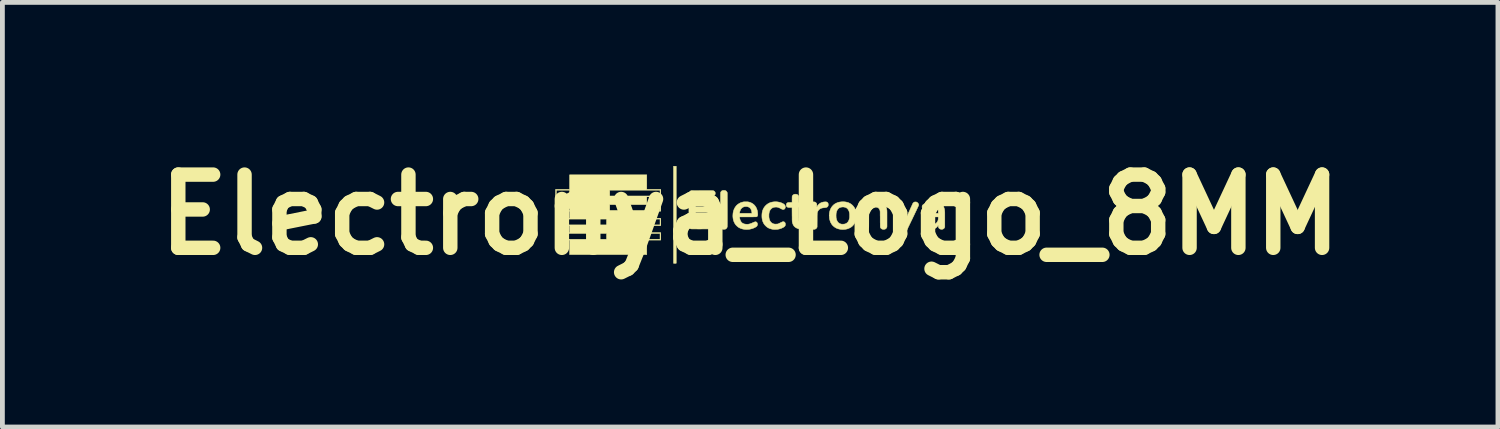
<source format=kicad_pcb>
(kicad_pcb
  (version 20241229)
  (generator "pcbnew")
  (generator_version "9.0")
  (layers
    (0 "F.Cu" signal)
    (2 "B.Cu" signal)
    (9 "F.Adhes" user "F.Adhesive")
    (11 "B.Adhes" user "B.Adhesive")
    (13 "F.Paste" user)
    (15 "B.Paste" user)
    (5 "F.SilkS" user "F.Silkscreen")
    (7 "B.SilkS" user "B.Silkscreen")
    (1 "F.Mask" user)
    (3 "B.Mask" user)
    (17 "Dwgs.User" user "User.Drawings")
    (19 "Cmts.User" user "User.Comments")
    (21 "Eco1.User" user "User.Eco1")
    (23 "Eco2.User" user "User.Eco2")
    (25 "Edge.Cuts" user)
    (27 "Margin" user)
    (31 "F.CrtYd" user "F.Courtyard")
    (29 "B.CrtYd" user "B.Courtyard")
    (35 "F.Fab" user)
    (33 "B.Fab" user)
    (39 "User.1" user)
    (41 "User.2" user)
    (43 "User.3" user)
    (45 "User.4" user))
  (footprint "Electronya_Logo_8MM"
    (layer "F.Cu")
    (at 12.562 1.418)
    (property "Reference" "Electronya_Logo_8MM" (at 0 0 0) (layer "F.SilkS") (effects (font (size 1.524 1.524) (thickness 0.3))))
    (attr through_hole)
    (fp_poly (pts (xy -1.539 1.011) (xy -1.595 1.011) (xy -1.595 -1.009) (xy -1.539 -1.009) (xy -1.539 1.011)) (stroke (width 0.01) (type solid)) (fill yes) (layer "F.SilkS"))
    (fp_poly (pts (xy -0.531 -0.505) (xy -0.516 -0.501) (xy -0.503 -0.495) (xy -0.493 -0.486) (xy -0.485 -0.474) (xy -0.48 -0.466) (xy -0.477 -0.456) (xy -0.476 -0.112) (xy -0.476 -0.065) (xy -0.476 -0.021) (xy -0.476 0.019) (xy -0.476 0.056) (xy -0.476 0.09) (xy -0.476 0.121) (xy -0.476 0.148) (xy -0.476 0.173) (xy -0.476 0.193) (xy -0.477 0.211) (xy -0.477 0.225) (xy -0.477 0.236) (xy -0.477 0.243) (xy -0.477 0.247) (xy -0.477 0.247) (xy -0.48 0.261) (xy -0.484 0.272) (xy -0.491 0.281) (xy -0.497 0.288) (xy -0.505 0.294) (xy -0.513 0.299) (xy -0.522 0.302) (xy -0.533 0.303) (xy -0.545 0.304) (xy -0.555 0.304) (xy -0.562 0.304) (xy -0.568 0.303) (xy -0.574 0.302) (xy -0.574 0.302) (xy -0.588 0.296) (xy -0.599 0.287) (xy -0.608 0.277) (xy -0.613 0.267) (xy -0.617 0.257) (xy -0.617 -0.1) (xy -0.617 -0.141) (xy -0.617 -0.179) (xy -0.617 -0.213) (xy -0.617 -0.245) (xy -0.617 -0.274) (xy -0.617 -0.3) (xy -0.617 -0.323) (xy -0.617 -0.344) (xy -0.617 -0.363) (xy -0.617 -0.38) (xy -0.617 -0.394) (xy -0.617 -0.407) (xy -0.617 -0.418) (xy -0.617 -0.428) (xy -0.616 -0.436) (xy -0.616 -0.443) (xy -0.616 -0.448) (xy -0.616 -0.453) (xy -0.616 -0.456) (xy -0.615 -0.459) (xy -0.615 -0.461) (xy -0.615 -0.463) (xy -0.614 -0.464) (xy -0.614 -0.466) (xy -0.614 -0.466) (xy -0.608 -0.478) (xy -0.6 -0.489) (xy -0.589 -0.497) (xy -0.576 -0.502) (xy -0.561 -0.506) (xy -0.548 -0.506) (xy -0.531 -0.505)) (stroke (width 0.01) (type solid)) (fill yes) (layer "F.SilkS"))
    (fp_poly (pts (xy -2.152 -0.527) (xy -1.861 -0.527) (xy -1.861 -0.373) (xy -2.152 -0.373) (xy -2.152 -0.299) (xy -2.151 -0.226) (xy -1.861 -0.225) (xy -1.861 -0.149) (xy -1.861 -0.073) (xy -2.152 -0.073) (xy -2.152 0.075) (xy -1.861 0.075) (xy -1.861 0.151) (xy -1.861 0.227) (xy -2.151 0.228) (xy -2.152 0.301) (xy -2.152 0.374) (xy -1.861 0.374) (xy -1.861 0.528) (xy -2.152 0.528) (xy -2.152 0.831) (xy -3.758 0.831) (xy -3.758 0.528) (xy -4.05 0.528) (xy -4.05 0.391) (xy -4.034 0.391) (xy -4.034 0.511) (xy -2.989 0.511) (xy -2.989 0.391) (xy -2.151 0.391) (xy -2.151 0.511) (xy -1.876 0.511) (xy -1.876 0.391) (xy -2.151 0.391) (xy -2.989 0.391) (xy -4.034 0.391) (xy -4.05 0.391) (xy -4.05 0.374) (xy -3.757 0.374) (xy -3.758 0.301) (xy -3.758 0.228) (xy -4.05 0.227) (xy -4.05 0.091) (xy -4.034 0.091) (xy -4.034 0.212) (xy -2.989 0.212) (xy -2.989 0.091) (xy -2.151 0.091) (xy -2.151 0.212) (xy -1.876 0.212) (xy -1.876 0.091) (xy -2.151 0.091) (xy -2.989 0.091) (xy -4.034 0.091) (xy -4.05 0.091) (xy -4.05 0.075) (xy -3.758 0.074) (xy -3.758 -0.072) (xy -4.05 -0.073) (xy -4.05 -0.21) (xy -4.034 -0.21) (xy -4.034 -0.09) (xy -3.759 -0.09) (xy -3.759 -0.21) (xy -2.923 -0.21) (xy -2.923 -0.09) (xy -1.876 -0.09) (xy -1.876 -0.21) (xy -2.923 -0.21) (xy -3.759 -0.21) (xy -4.034 -0.21) (xy -4.05 -0.21) (xy -4.05 -0.225) (xy -3.758 -0.226) (xy -3.758 -0.299) (xy -3.757 -0.373) (xy -4.05 -0.373) (xy -4.05 -0.51) (xy -4.034 -0.51) (xy -4.034 -0.389) (xy -3.759 -0.389) (xy -3.759 -0.51) (xy -2.923 -0.51) (xy -2.923 -0.389) (xy -1.876 -0.389) (xy -1.876 -0.51) (xy -2.923 -0.51) (xy -3.759 -0.51) (xy -4.034 -0.51) (xy -4.05 -0.51) (xy -4.05 -0.527) (xy -3.758 -0.527) (xy -3.758 -0.83) (xy -2.152 -0.83) (xy -2.152 -0.527)) (stroke (width 0.01) (type solid)) (fill yes) (layer "F.SilkS"))
    (fp_poly (pts (xy 1.34 -0.265) (xy 1.353 -0.261) (xy 1.364 -0.254) (xy 1.374 -0.244) (xy 1.38 -0.234) (xy 1.386 -0.223) (xy 1.387 -0.191) (xy 1.387 -0.159) (xy 1.395 -0.173) (xy 1.407 -0.193) (xy 1.422 -0.211) (xy 1.439 -0.226) (xy 1.458 -0.24) (xy 1.48 -0.251) (xy 1.504 -0.259) (xy 1.527 -0.264) (xy 1.534 -0.265) (xy 1.543 -0.266) (xy 1.553 -0.266) (xy 1.563 -0.267) (xy 1.564 -0.267) (xy 1.573 -0.267) (xy 1.58 -0.266) (xy 1.585 -0.266) (xy 1.589 -0.265) (xy 1.593 -0.264) (xy 1.597 -0.262) (xy 1.597 -0.262) (xy 1.607 -0.256) (xy 1.615 -0.247) (xy 1.621 -0.237) (xy 1.624 -0.225) (xy 1.625 -0.21) (xy 1.625 -0.21) (xy 1.624 -0.198) (xy 1.623 -0.189) (xy 1.621 -0.182) (xy 1.617 -0.174) (xy 1.615 -0.172) (xy 1.61 -0.166) (xy 1.603 -0.16) (xy 1.595 -0.156) (xy 1.585 -0.152) (xy 1.572 -0.149) (xy 1.556 -0.147) (xy 1.54 -0.145) (xy 1.523 -0.143) (xy 1.509 -0.141) (xy 1.497 -0.139) (xy 1.487 -0.136) (xy 1.479 -0.134) (xy 1.46 -0.126) (xy 1.444 -0.115) (xy 1.429 -0.102) (xy 1.417 -0.087) (xy 1.41 -0.075) (xy 1.406 -0.066) (xy 1.402 -0.056) (xy 1.399 -0.047) (xy 1.398 -0.044) (xy 1.398 -0.041) (xy 1.397 -0.039) (xy 1.397 -0.036) (xy 1.396 -0.033) (xy 1.396 -0.029) (xy 1.395 -0.024) (xy 1.395 -0.019) (xy 1.395 -0.011) (xy 1.395 -0.003) (xy 1.395 0.008) (xy 1.394 0.021) (xy 1.394 0.036) (xy 1.394 0.053) (xy 1.394 0.073) (xy 1.394 0.096) (xy 1.394 0.113) (xy 1.393 0.257) (xy 1.389 0.266) (xy 1.382 0.278) (xy 1.373 0.288) (xy 1.362 0.296) (xy 1.348 0.302) (xy 1.345 0.302) (xy 1.339 0.304) (xy 1.33 0.304) (xy 1.32 0.305) (xy 1.311 0.304) (xy 1.303 0.303) (xy 1.3 0.303) (xy 1.292 0.3) (xy 1.284 0.296) (xy 1.276 0.291) (xy 1.269 0.286) (xy 1.268 0.285) (xy 1.264 0.28) (xy 1.26 0.273) (xy 1.258 0.269) (xy 1.254 0.26) (xy 1.254 -0.223) (xy 1.258 -0.232) (xy 1.266 -0.244) (xy 1.275 -0.253) (xy 1.287 -0.26) (xy 1.302 -0.265) (xy 1.309 -0.266) (xy 1.325 -0.267) (xy 1.34 -0.265)) (stroke (width 0.01) (type solid)) (fill yes) (layer "F.SilkS"))
    (fp_poly (pts (xy 1.962 -0.268) (xy 1.993 -0.264) (xy 2.023 -0.257) (xy 2.05 -0.248) (xy 2.076 -0.235) (xy 2.1 -0.22) (xy 2.122 -0.202) (xy 2.132 -0.193) (xy 2.151 -0.171) (xy 2.168 -0.147) (xy 2.182 -0.122) (xy 2.194 -0.094) (xy 2.202 -0.064) (xy 2.208 -0.033) (xy 2.21 -0.018) (xy 2.211 0.016) (xy 2.21 0.049) (xy 2.206 0.08) (xy 2.2 0.111) (xy 2.19 0.14) (xy 2.178 0.168) (xy 2.164 0.193) (xy 2.146 0.217) (xy 2.143 0.22) (xy 2.125 0.239) (xy 2.104 0.256) (xy 2.081 0.27) (xy 2.057 0.282) (xy 2.03 0.293) (xy 2.002 0.3) (xy 1.972 0.305) (xy 1.942 0.308) (xy 1.911 0.307) (xy 1.905 0.307) (xy 1.872 0.303) (xy 1.842 0.297) (xy 1.813 0.288) (xy 1.786 0.276) (xy 1.761 0.261) (xy 1.739 0.244) (xy 1.718 0.225) (xy 1.7 0.203) (xy 1.685 0.179) (xy 1.671 0.153) (xy 1.661 0.124) (xy 1.653 0.093) (xy 1.651 0.083) (xy 1.649 0.072) (xy 1.648 0.058) (xy 1.647 0.042) (xy 1.646 0.026) (xy 1.646 0.019) (xy 1.787 0.019) (xy 1.788 0.035) (xy 1.788 0.049) (xy 1.789 0.062) (xy 1.791 0.072) (xy 1.796 0.097) (xy 1.804 0.119) (xy 1.814 0.138) (xy 1.825 0.155) (xy 1.839 0.169) (xy 1.855 0.18) (xy 1.873 0.189) (xy 1.894 0.195) (xy 1.897 0.196) (xy 1.907 0.197) (xy 1.919 0.198) (xy 1.932 0.197) (xy 1.946 0.197) (xy 1.958 0.195) (xy 1.968 0.194) (xy 1.97 0.193) (xy 1.989 0.187) (xy 2.006 0.177) (xy 2.022 0.165) (xy 2.035 0.15) (xy 2.046 0.133) (xy 2.055 0.113) (xy 2.062 0.091) (xy 2.067 0.066) (xy 2.068 0.062) (xy 2.069 0.05) (xy 2.069 0.037) (xy 2.069 0.022) (xy 2.069 0.006) (xy 2.069 -0.008) (xy 2.068 -0.021) (xy 2.067 -0.029) (xy 2.062 -0.054) (xy 2.055 -0.077) (xy 2.045 -0.097) (xy 2.034 -0.114) (xy 2.021 -0.129) (xy 2.005 -0.141) (xy 1.988 -0.15) (xy 1.969 -0.156) (xy 1.947 -0.16) (xy 1.929 -0.161) (xy 1.906 -0.159) (xy 1.885 -0.155) (xy 1.866 -0.148) (xy 1.849 -0.139) (xy 1.834 -0.126) (xy 1.821 -0.111) (xy 1.81 -0.093) (xy 1.801 -0.073) (xy 1.794 -0.049) (xy 1.791 -0.035) (xy 1.789 -0.024) (xy 1.788 -0.011) (xy 1.788 0.004) (xy 1.787 0.019) (xy 1.646 0.019) (xy 1.646 0.01) (xy 1.646 -0.005) (xy 1.647 -0.018) (xy 1.647 -0.022) (xy 1.652 -0.053) (xy 1.66 -0.083) (xy 1.67 -0.111) (xy 1.683 -0.138) (xy 1.695 -0.157) (xy 1.702 -0.167) (xy 1.712 -0.179) (xy 1.723 -0.191) (xy 1.735 -0.202) (xy 1.746 -0.213) (xy 1.757 -0.221) (xy 1.758 -0.221) (xy 1.783 -0.236) (xy 1.809 -0.248) (xy 1.838 -0.258) (xy 1.868 -0.264) (xy 1.901 -0.268) (xy 1.929 -0.269) (xy 1.962 -0.268)) (stroke (width 0.01) (type solid)) (fill yes) (layer "F.SilkS"))
    (fp_poly (pts (xy 0.954 -0.426) (xy 0.955 -0.426) (xy 0.97 -0.423) (xy 0.983 -0.417) (xy 0.994 -0.409) (xy 1.003 -0.397) (xy 1.007 -0.39) (xy 1.012 -0.38) (xy 1.012 -0.318) (xy 1.013 -0.256) (xy 1.072 -0.255) (xy 1.088 -0.255) (xy 1.101 -0.255) (xy 1.111 -0.255) (xy 1.119 -0.255) (xy 1.126 -0.254) (xy 1.13 -0.254) (xy 1.134 -0.253) (xy 1.137 -0.253) (xy 1.139 -0.252) (xy 1.141 -0.251) (xy 1.153 -0.245) (xy 1.162 -0.237) (xy 1.168 -0.227) (xy 1.17 -0.222) (xy 1.172 -0.217) (xy 1.172 -0.211) (xy 1.173 -0.203) (xy 1.171 -0.19) (xy 1.168 -0.179) (xy 1.162 -0.169) (xy 1.153 -0.161) (xy 1.143 -0.156) (xy 1.134 -0.152) (xy 1.074 -0.151) (xy 1.013 -0.15) (xy 1.013 -0.01) (xy 1.013 0.016) (xy 1.013 0.038) (xy 1.013 0.058) (xy 1.014 0.075) (xy 1.014 0.09) (xy 1.014 0.102) (xy 1.014 0.113) (xy 1.014 0.122) (xy 1.015 0.129) (xy 1.016 0.135) (xy 1.016 0.14) (xy 1.017 0.144) (xy 1.018 0.147) (xy 1.019 0.15) (xy 1.021 0.153) (xy 1.022 0.157) (xy 1.024 0.159) (xy 1.03 0.169) (xy 1.036 0.177) (xy 1.045 0.184) (xy 1.055 0.189) (xy 1.067 0.193) (xy 1.082 0.196) (xy 1.099 0.199) (xy 1.104 0.199) (xy 1.118 0.2) (xy 1.129 0.202) (xy 1.138 0.203) (xy 1.145 0.205) (xy 1.151 0.207) (xy 1.156 0.21) (xy 1.159 0.211) (xy 1.167 0.219) (xy 1.173 0.228) (xy 1.176 0.239) (xy 1.176 0.244) (xy 1.177 0.256) (xy 1.176 0.265) (xy 1.173 0.274) (xy 1.17 0.278) (xy 1.163 0.287) (xy 1.154 0.293) (xy 1.144 0.298) (xy 1.131 0.302) (xy 1.116 0.304) (xy 1.098 0.304) (xy 1.077 0.303) (xy 1.063 0.302) (xy 1.04 0.299) (xy 1.019 0.296) (xy 1 0.291) (xy 0.983 0.285) (xy 0.967 0.278) (xy 0.963 0.277) (xy 0.944 0.265) (xy 0.927 0.252) (xy 0.912 0.236) (xy 0.9 0.218) (xy 0.89 0.198) (xy 0.882 0.175) (xy 0.876 0.152) (xy 0.875 0.15) (xy 0.875 0.146) (xy 0.875 0.142) (xy 0.874 0.136) (xy 0.874 0.129) (xy 0.874 0.12) (xy 0.873 0.11) (xy 0.873 0.097) (xy 0.873 0.082) (xy 0.873 0.065) (xy 0.873 0.044) (xy 0.872 0.021) (xy 0.872 -0.005) (xy 0.872 -0.005) (xy 0.871 -0.15) (xy 0.831 -0.151) (xy 0.818 -0.151) (xy 0.808 -0.151) (xy 0.8 -0.152) (xy 0.795 -0.152) (xy 0.791 -0.153) (xy 0.787 -0.153) (xy 0.784 -0.154) (xy 0.781 -0.156) (xy 0.779 -0.156) (xy 0.768 -0.163) (xy 0.76 -0.171) (xy 0.755 -0.181) (xy 0.752 -0.194) (xy 0.752 -0.202) (xy 0.753 -0.216) (xy 0.757 -0.228) (xy 0.763 -0.238) (xy 0.772 -0.246) (xy 0.782 -0.251) (xy 0.785 -0.252) (xy 0.788 -0.253) (xy 0.792 -0.254) (xy 0.797 -0.254) (xy 0.803 -0.255) (xy 0.811 -0.255) (xy 0.822 -0.255) (xy 0.832 -0.255) (xy 0.872 -0.256) (xy 0.872 -0.318) (xy 0.873 -0.38) (xy 0.878 -0.391) (xy 0.885 -0.403) (xy 0.895 -0.412) (xy 0.907 -0.42) (xy 0.921 -0.425) (xy 0.936 -0.427) (xy 0.954 -0.426)) (stroke (width 0.01) (type solid)) (fill yes) (layer "F.SilkS"))
    (fp_poly (pts (xy 0.558 -0.268) (xy 0.589 -0.263) (xy 0.619 -0.257) (xy 0.648 -0.247) (xy 0.673 -0.236) (xy 0.689 -0.227) (xy 0.702 -0.219) (xy 0.712 -0.21) (xy 0.72 -0.201) (xy 0.726 -0.191) (xy 0.726 -0.19) (xy 0.728 -0.185) (xy 0.73 -0.181) (xy 0.73 -0.176) (xy 0.731 -0.17) (xy 0.731 -0.162) (xy 0.731 -0.153) (xy 0.73 -0.146) (xy 0.729 -0.142) (xy 0.728 -0.137) (xy 0.727 -0.135) (xy 0.72 -0.124) (xy 0.712 -0.116) (xy 0.702 -0.111) (xy 0.691 -0.108) (xy 0.689 -0.108) (xy 0.682 -0.109) (xy 0.674 -0.11) (xy 0.666 -0.113) (xy 0.656 -0.117) (xy 0.644 -0.123) (xy 0.633 -0.129) (xy 0.616 -0.138) (xy 0.6 -0.145) (xy 0.586 -0.15) (xy 0.574 -0.154) (xy 0.563 -0.157) (xy 0.543 -0.159) (xy 0.522 -0.158) (xy 0.502 -0.156) (xy 0.482 -0.151) (xy 0.465 -0.143) (xy 0.459 -0.14) (xy 0.452 -0.135) (xy 0.444 -0.129) (xy 0.436 -0.121) (xy 0.428 -0.112) (xy 0.421 -0.104) (xy 0.415 -0.097) (xy 0.415 -0.096) (xy 0.409 -0.084) (xy 0.403 -0.07) (xy 0.398 -0.055) (xy 0.395 -0.04) (xy 0.393 -0.029) (xy 0.391 -0.016) (xy 0.39 -0.001) (xy 0.39 0.015) (xy 0.39 0.03) (xy 0.39 0.044) (xy 0.391 0.055) (xy 0.395 0.081) (xy 0.402 0.104) (xy 0.41 0.125) (xy 0.421 0.143) (xy 0.434 0.159) (xy 0.449 0.171) (xy 0.466 0.182) (xy 0.466 0.182) (xy 0.476 0.186) (xy 0.486 0.19) (xy 0.494 0.193) (xy 0.504 0.194) (xy 0.514 0.195) (xy 0.527 0.196) (xy 0.534 0.196) (xy 0.546 0.195) (xy 0.556 0.195) (xy 0.565 0.194) (xy 0.573 0.193) (xy 0.581 0.191) (xy 0.59 0.187) (xy 0.6 0.183) (xy 0.611 0.177) (xy 0.624 0.171) (xy 0.638 0.164) (xy 0.65 0.158) (xy 0.659 0.154) (xy 0.667 0.151) (xy 0.673 0.148) (xy 0.678 0.147) (xy 0.683 0.146) (xy 0.687 0.146) (xy 0.69 0.146) (xy 0.701 0.147) (xy 0.71 0.151) (xy 0.719 0.158) (xy 0.726 0.168) (xy 0.729 0.174) (xy 0.731 0.182) (xy 0.732 0.192) (xy 0.733 0.202) (xy 0.732 0.213) (xy 0.73 0.222) (xy 0.729 0.226) (xy 0.724 0.235) (xy 0.717 0.243) (xy 0.709 0.25) (xy 0.699 0.258) (xy 0.699 0.258) (xy 0.674 0.272) (xy 0.647 0.284) (xy 0.618 0.294) (xy 0.588 0.301) (xy 0.572 0.304) (xy 0.559 0.305) (xy 0.545 0.306) (xy 0.529 0.307) (xy 0.513 0.307) (xy 0.499 0.307) (xy 0.487 0.306) (xy 0.458 0.302) (xy 0.429 0.295) (xy 0.402 0.286) (xy 0.376 0.274) (xy 0.354 0.26) (xy 0.345 0.253) (xy 0.335 0.245) (xy 0.324 0.234) (xy 0.313 0.223) (xy 0.304 0.213) (xy 0.296 0.203) (xy 0.292 0.198) (xy 0.277 0.173) (xy 0.265 0.147) (xy 0.256 0.119) (xy 0.249 0.09) (xy 0.245 0.059) (xy 0.244 0.027) (xy 0.244 0.022) (xy 0.245 -0.012) (xy 0.249 -0.044) (xy 0.256 -0.074) (xy 0.265 -0.102) (xy 0.277 -0.128) (xy 0.292 -0.153) (xy 0.31 -0.176) (xy 0.324 -0.191) (xy 0.346 -0.211) (xy 0.37 -0.228) (xy 0.395 -0.242) (xy 0.422 -0.253) (xy 0.451 -0.261) (xy 0.481 -0.266) (xy 0.513 -0.269) (xy 0.527 -0.269) (xy 0.558 -0.268)) (stroke (width 0.01) (type solid)) (fill yes) (layer "F.SilkS"))
    (fp_poly (pts (xy -0.074 -0.268) (xy -0.06 -0.268) (xy -0.047 -0.267) (xy -0.036 -0.265) (xy -0.025 -0.263) (xy -0.014 -0.26) (xy -0.004 -0.257) (xy 0.022 -0.246) (xy 0.046 -0.233) (xy 0.068 -0.217) (xy 0.088 -0.199) (xy 0.105 -0.178) (xy 0.12 -0.155) (xy 0.127 -0.142) (xy 0.136 -0.122) (xy 0.143 -0.102) (xy 0.149 -0.082) (xy 0.153 -0.06) (xy 0.155 -0.036) (xy 0.156 -0.031) (xy 0.157 -0.013) (xy 0.157 0.002) (xy 0.155 0.014) (xy 0.153 0.024) (xy 0.148 0.032) (xy 0.143 0.038) (xy 0.135 0.042) (xy 0.135 0.043) (xy 0.133 0.043) (xy 0.132 0.043) (xy 0.13 0.044) (xy 0.127 0.044) (xy 0.124 0.045) (xy 0.12 0.045) (xy 0.114 0.045) (xy 0.107 0.045) (xy 0.098 0.045) (xy 0.087 0.045) (xy 0.075 0.045) (xy 0.06 0.046) (xy 0.042 0.046) (xy 0.022 0.046) (xy -0.000445 0.046) (xy -0.026 0.046) (xy -0.046 0.046) (xy -0.221 0.046) (xy -0.219 0.059) (xy -0.218 0.071) (xy -0.215 0.085) (xy -0.212 0.099) (xy -0.207 0.112) (xy -0.203 0.123) (xy -0.203 0.124) (xy -0.193 0.142) (xy -0.182 0.157) (xy -0.169 0.17) (xy -0.153 0.18) (xy -0.136 0.188) (xy -0.116 0.194) (xy -0.094 0.198) (xy -0.087 0.198) (xy -0.069 0.199) (xy -0.051 0.199) (xy -0.033 0.197) (xy -0.014 0.193) (xy 0.005 0.187) (xy 0.027 0.179) (xy 0.05 0.169) (xy 0.057 0.166) (xy 0.071 0.16) (xy 0.082 0.155) (xy 0.091 0.152) (xy 0.099 0.149) (xy 0.105 0.148) (xy 0.11 0.147) (xy 0.115 0.148) (xy 0.12 0.149) (xy 0.122 0.149) (xy 0.13 0.153) (xy 0.138 0.16) (xy 0.145 0.169) (xy 0.149 0.179) (xy 0.149 0.179) (xy 0.152 0.194) (xy 0.152 0.208) (xy 0.148 0.222) (xy 0.142 0.234) (xy 0.137 0.24) (xy 0.127 0.249) (xy 0.114 0.257) (xy 0.099 0.266) (xy 0.082 0.274) (xy 0.063 0.282) (xy 0.043 0.289) (xy 0.022 0.295) (xy 0.000325 0.3) (xy -0.02 0.304) (xy -0.029 0.305) (xy -0.041 0.306) (xy -0.054 0.307) (xy -0.067 0.307) (xy -0.08 0.308) (xy -0.09 0.307) (xy -0.097 0.307) (xy -0.117 0.305) (xy -0.137 0.302) (xy -0.157 0.298) (xy -0.176 0.293) (xy -0.193 0.287) (xy -0.195 0.286) (xy -0.223 0.274) (xy -0.248 0.259) (xy -0.27 0.241) (xy -0.291 0.221) (xy -0.309 0.199) (xy -0.324 0.174) (xy -0.337 0.148) (xy -0.344 0.128) (xy -0.352 0.101) (xy -0.357 0.072) (xy -0.36 0.042) (xy -0.36 0.011) (xy -0.358 -0.019) (xy -0.356 -0.035) (xy -0.22 -0.035) (xy -0.22 -0.029) (xy 0.036 -0.029) (xy 0.035 -0.044) (xy 0.032 -0.067) (xy 0.027 -0.088) (xy 0.019 -0.107) (xy 0.01 -0.124) (xy -0.002 -0.138) (xy -0.017 -0.15) (xy -0.033 -0.159) (xy -0.042 -0.163) (xy -0.058 -0.167) (xy -0.075 -0.17) (xy -0.094 -0.17) (xy -0.112 -0.168) (xy -0.128 -0.165) (xy -0.131 -0.164) (xy -0.149 -0.156) (xy -0.166 -0.146) (xy -0.18 -0.133) (xy -0.192 -0.118) (xy -0.196 -0.112) (xy -0.202 -0.102) (xy -0.207 -0.089) (xy -0.212 -0.076) (xy -0.216 -0.062) (xy -0.219 -0.049) (xy -0.22 -0.038) (xy -0.22 -0.035) (xy -0.356 -0.035) (xy -0.354 -0.049) (xy -0.347 -0.077) (xy -0.346 -0.08) (xy -0.336 -0.11) (xy -0.323 -0.137) (xy -0.307 -0.162) (xy -0.29 -0.185) (xy -0.27 -0.205) (xy -0.247 -0.222) (xy -0.223 -0.237) (xy -0.197 -0.25) (xy -0.169 -0.259) (xy -0.147 -0.265) (xy -0.14 -0.266) (xy -0.133 -0.267) (xy -0.127 -0.268) (xy -0.119 -0.268) (xy -0.11 -0.268) (xy -0.099 -0.268) (xy -0.091 -0.268) (xy -0.074 -0.268)) (stroke (width 0.01) (type solid)) (fill yes) (layer "F.SilkS"))
    (fp_poly (pts (xy -0.871 -0.501) (xy -0.852 -0.501) (xy -0.836 -0.501) (xy -0.822 -0.501) (xy -0.81 -0.501) (xy -0.799 -0.5) (xy -0.791 -0.5) (xy -0.783 -0.5) (xy -0.777 -0.499) (xy -0.773 -0.499) (xy -0.768 -0.498) (xy -0.765 -0.498) (xy -0.762 -0.497) (xy -0.76 -0.496) (xy -0.758 -0.495) (xy -0.755 -0.494) (xy -0.754 -0.493) (xy -0.744 -0.487) (xy -0.736 -0.478) (xy -0.731 -0.469) (xy -0.728 -0.461) (xy -0.727 -0.451) (xy -0.727 -0.441) (xy -0.728 -0.43) (xy -0.73 -0.421) (xy -0.731 -0.419) (xy -0.738 -0.409) (xy -0.747 -0.4) (xy -0.757 -0.393) (xy -0.763 -0.391) (xy -0.775 -0.387) (xy -0.954 -0.386) (xy -1.133 -0.386) (xy -1.133 -0.166) (xy -0.977 -0.166) (xy -0.95 -0.166) (xy -0.925 -0.166) (xy -0.902 -0.166) (xy -0.881 -0.166) (xy -0.862 -0.165) (xy -0.845 -0.165) (xy -0.831 -0.165) (xy -0.82 -0.165) (xy -0.812 -0.165) (xy -0.807 -0.164) (xy -0.806 -0.164) (xy -0.79 -0.162) (xy -0.778 -0.157) (xy -0.768 -0.151) (xy -0.76 -0.143) (xy -0.755 -0.135) (xy -0.752 -0.128) (xy -0.751 -0.123) (xy -0.75 -0.117) (xy -0.75 -0.11) (xy -0.75 -0.096) (xy -0.753 -0.085) (xy -0.758 -0.075) (xy -0.761 -0.071) (xy -0.769 -0.065) (xy -0.778 -0.059) (xy -0.79 -0.055) (xy -0.8 -0.053) (xy -0.804 -0.052) (xy -0.811 -0.052) (xy -0.821 -0.052) (xy -0.834 -0.052) (xy -0.849 -0.051) (xy -0.868 -0.051) (xy -0.888 -0.051) (xy -0.911 -0.051) (xy -0.936 -0.051) (xy -0.962 -0.051) (xy -0.972 -0.051) (xy -1.133 -0.051) (xy -1.133 0.183) (xy -0.962 0.183) (xy -0.934 0.183) (xy -0.907 0.183) (xy -0.882 0.183) (xy -0.86 0.183) (xy -0.84 0.183) (xy -0.823 0.184) (xy -0.808 0.184) (xy -0.796 0.184) (xy -0.787 0.184) (xy -0.782 0.184) (xy -0.78 0.185) (xy -0.765 0.188) (xy -0.753 0.194) (xy -0.742 0.202) (xy -0.741 0.203) (xy -0.735 0.21) (xy -0.731 0.216) (xy -0.729 0.223) (xy -0.728 0.231) (xy -0.727 0.241) (xy -0.727 0.249) (xy -0.728 0.255) (xy -0.729 0.26) (xy -0.73 0.264) (xy -0.732 0.268) (xy -0.74 0.279) (xy -0.749 0.287) (xy -0.761 0.293) (xy -0.763 0.294) (xy -0.764 0.294) (xy -0.766 0.295) (xy -0.767 0.295) (xy -0.77 0.296) (xy -0.773 0.296) (xy -0.777 0.296) (xy -0.783 0.296) (xy -0.789 0.297) (xy -0.797 0.297) (xy -0.807 0.297) (xy -0.818 0.297) (xy -0.832 0.297) (xy -0.847 0.297) (xy -0.865 0.297) (xy -0.885 0.297) (xy -0.908 0.297) (xy -0.934 0.297) (xy -0.963 0.297) (xy -0.995 0.297) (xy -0.997 0.297) (xy -1.03 0.298) (xy -1.061 0.298) (xy -1.088 0.298) (xy -1.113 0.297) (xy -1.134 0.297) (xy -1.153 0.297) (xy -1.17 0.297) (xy -1.184 0.297) (xy -1.196 0.297) (xy -1.206 0.297) (xy -1.214 0.297) (xy -1.22 0.296) (xy -1.225 0.296) (xy -1.228 0.296) (xy -1.229 0.296) (xy -1.242 0.291) (xy -1.253 0.284) (xy -1.261 0.275) (xy -1.268 0.265) (xy -1.274 0.252) (xy -1.275 -0.096) (xy -1.275 -0.139) (xy -1.275 -0.178) (xy -1.275 -0.215) (xy -1.275 -0.249) (xy -1.275 -0.279) (xy -1.275 -0.307) (xy -1.275 -0.332) (xy -1.275 -0.354) (xy -1.275 -0.374) (xy -1.275 -0.391) (xy -1.275 -0.406) (xy -1.274 -0.418) (xy -1.274 -0.429) (xy -1.274 -0.437) (xy -1.274 -0.444) (xy -1.274 -0.448) (xy -1.273 -0.451) (xy -1.273 -0.452) (xy -1.269 -0.466) (xy -1.261 -0.478) (xy -1.252 -0.488) (xy -1.24 -0.495) (xy -1.236 -0.496) (xy -1.227 -0.5) (xy -1.005 -0.501) (xy -0.972 -0.501) (xy -0.942 -0.501) (xy -0.916 -0.501) (xy -0.892 -0.501) (xy -0.871 -0.501)) (stroke (width 0.01) (type solid)) (fill yes) (layer "F.SilkS"))
    (fp_poly (pts (xy 3.013 -0.267) (xy 3.028 -0.263) (xy 3.028 -0.263) (xy 3.037 -0.258) (xy 3.046 -0.251) (xy 3.054 -0.243) (xy 3.059 -0.236) (xy 3.06 -0.234) (xy 3.063 -0.229) (xy 3.066 -0.221) (xy 3.071 -0.21) (xy 3.077 -0.197) (xy 3.084 -0.183) (xy 3.092 -0.166) (xy 3.1 -0.148) (xy 3.109 -0.128) (xy 3.118 -0.107) (xy 3.128 -0.085) (xy 3.139 -0.062) (xy 3.142 -0.055) (xy 3.152 -0.032) (xy 3.162 -0.01) (xy 3.172 0.011) (xy 3.181 0.031) (xy 3.189 0.049) (xy 3.197 0.066) (xy 3.204 0.081) (xy 3.21 0.094) (xy 3.214 0.104) (xy 3.218 0.112) (xy 3.221 0.118) (xy 3.222 0.12) (xy 3.222 0.121) (xy 3.223 0.119) (xy 3.225 0.115) (xy 3.229 0.108) (xy 3.233 0.099) (xy 3.239 0.087) (xy 3.245 0.073) (xy 3.252 0.058) (xy 3.26 0.04) (xy 3.269 0.021) (xy 3.278 0.001) (xy 3.288 -0.021) (xy 3.298 -0.043) (xy 3.299 -0.046) (xy 3.31 -0.069) (xy 3.32 -0.091) (xy 3.329 -0.112) (xy 3.338 -0.132) (xy 3.347 -0.151) (xy 3.355 -0.168) (xy 3.362 -0.183) (xy 3.368 -0.197) (xy 3.373 -0.208) (xy 3.377 -0.217) (xy 3.379 -0.223) (xy 3.381 -0.226) (xy 3.381 -0.226) (xy 3.388 -0.239) (xy 3.397 -0.249) (xy 3.407 -0.257) (xy 3.412 -0.259) (xy 3.417 -0.262) (xy 3.422 -0.264) (xy 3.426 -0.265) (xy 3.432 -0.265) (xy 3.44 -0.265) (xy 3.448 -0.265) (xy 3.454 -0.265) (xy 3.459 -0.264) (xy 3.463 -0.262) (xy 3.468 -0.26) (xy 3.481 -0.252) (xy 3.491 -0.242) (xy 3.499 -0.23) (xy 3.505 -0.218) (xy 3.506 -0.21) (xy 3.507 -0.204) (xy 3.506 -0.198) (xy 3.504 -0.191) (xy 3.503 -0.189) (xy 3.502 -0.186) (xy 3.499 -0.179) (xy 3.495 -0.171) (xy 3.49 -0.16) (xy 3.484 -0.146) (xy 3.476 -0.13) (xy 3.468 -0.113) (xy 3.459 -0.093) (xy 3.449 -0.072) (xy 3.438 -0.05) (xy 3.427 -0.026) (xy 3.415 -0.001) (xy 3.403 0.025) (xy 3.39 0.051) (xy 3.377 0.079) (xy 3.364 0.106) (xy 3.35 0.134) (xy 3.337 0.162) (xy 3.323 0.19) (xy 3.31 0.218) (xy 3.297 0.245) (xy 3.284 0.272) (xy 3.272 0.297) (xy 3.26 0.322) (xy 3.248 0.346) (xy 3.238 0.368) (xy 3.227 0.389) (xy 3.218 0.409) (xy 3.21 0.426) (xy 3.202 0.442) (xy 3.195 0.455) (xy 3.19 0.467) (xy 3.186 0.475) (xy 3.182 0.481) (xy 3.181 0.484) (xy 3.181 0.485) (xy 3.172 0.494) (xy 3.162 0.501) (xy 3.153 0.505) (xy 3.144 0.507) (xy 3.134 0.508) (xy 3.122 0.508) (xy 3.112 0.506) (xy 3.106 0.505) (xy 3.094 0.499) (xy 3.083 0.491) (xy 3.074 0.482) (xy 3.069 0.474) (xy 3.067 0.467) (xy 3.065 0.459) (xy 3.065 0.449) (xy 3.066 0.44) (xy 3.067 0.433) (xy 3.069 0.43) (xy 3.071 0.424) (xy 3.075 0.416) (xy 3.08 0.405) (xy 3.085 0.393) (xy 3.092 0.379) (xy 3.099 0.365) (xy 3.106 0.349) (xy 3.109 0.342) (xy 3.148 0.26) (xy 3.144 0.252) (xy 3.137 0.236) (xy 3.129 0.22) (xy 3.12 0.201) (xy 3.11 0.181) (xy 3.1 0.16) (xy 3.089 0.139) (xy 3.078 0.116) (xy 3.067 0.093) (xy 3.056 0.069) (xy 3.045 0.045) (xy 3.033 0.021) (xy 3.022 -0.002) (xy 3.011 -0.025) (xy 3.001 -0.048) (xy 2.99 -0.069) (xy 2.981 -0.09) (xy 2.972 -0.109) (xy 2.963 -0.127) (xy 2.956 -0.143) (xy 2.949 -0.157) (xy 2.943 -0.169) (xy 2.939 -0.179) (xy 2.935 -0.187) (xy 2.933 -0.191) (xy 2.933 -0.193) (xy 2.931 -0.207) (xy 2.933 -0.219) (xy 2.938 -0.232) (xy 2.946 -0.242) (xy 2.957 -0.252) (xy 2.967 -0.258) (xy 2.983 -0.264) (xy 2.998 -0.267) (xy 3.013 -0.267)) (stroke (width 0.01) (type solid)) (fill yes) (layer "F.SilkS"))
    (fp_poly (pts (xy 3.834 -0.269) (xy 3.848 -0.268) (xy 3.862 -0.267) (xy 3.874 -0.266) (xy 3.882 -0.265) (xy 3.909 -0.259) (xy 3.934 -0.251) (xy 3.956 -0.24) (xy 3.976 -0.227) (xy 3.994 -0.211) (xy 4.009 -0.193) (xy 4.022 -0.173) (xy 4.032 -0.151) (xy 4.04 -0.125) (xy 4.044 -0.109) (xy 4.045 -0.103) (xy 4.046 -0.097) (xy 4.047 -0.09) (xy 4.047 -0.083) (xy 4.048 -0.075) (xy 4.049 -0.067) (xy 4.049 -0.057) (xy 4.05 -0.046) (xy 4.05 -0.033) (xy 4.05 -0.018) (xy 4.05 -0.001) (xy 4.05 0.018) (xy 4.05 0.039) (xy 4.05 0.064) (xy 4.05 0.092) (xy 4.05 0.105) (xy 4.05 0.257) (xy 4.046 0.266) (xy 4.042 0.273) (xy 4.038 0.28) (xy 4.034 0.284) (xy 4.024 0.293) (xy 4.013 0.299) (xy 4 0.303) (xy 3.986 0.304) (xy 3.972 0.304) (xy 3.959 0.3) (xy 3.946 0.295) (xy 3.935 0.287) (xy 3.934 0.286) (xy 3.926 0.277) (xy 3.921 0.266) (xy 3.917 0.252) (xy 3.915 0.237) (xy 3.915 0.227) (xy 3.915 0.214) (xy 3.91 0.224) (xy 3.899 0.242) (xy 3.885 0.258) (xy 3.869 0.272) (xy 3.851 0.284) (xy 3.831 0.294) (xy 3.81 0.301) (xy 3.801 0.303) (xy 3.792 0.305) (xy 3.781 0.306) (xy 3.77 0.307) (xy 3.758 0.307) (xy 3.748 0.308) (xy 3.739 0.307) (xy 3.738 0.307) (xy 3.71 0.303) (xy 3.684 0.295) (xy 3.659 0.286) (xy 3.637 0.273) (xy 3.618 0.258) (xy 3.613 0.254) (xy 3.596 0.236) (xy 3.583 0.217) (xy 3.573 0.197) (xy 3.566 0.175) (xy 3.562 0.152) (xy 3.561 0.128) (xy 3.561 0.118) (xy 3.699 0.118) (xy 3.699 0.135) (xy 3.703 0.151) (xy 3.709 0.165) (xy 3.719 0.178) (xy 3.73 0.189) (xy 3.744 0.197) (xy 3.76 0.203) (xy 3.766 0.204) (xy 3.776 0.206) (xy 3.789 0.206) (xy 3.802 0.205) (xy 3.815 0.203) (xy 3.824 0.201) (xy 3.843 0.194) (xy 3.86 0.185) (xy 3.875 0.172) (xy 3.888 0.157) (xy 3.9 0.139) (xy 3.901 0.137) (xy 3.905 0.127) (xy 3.909 0.117) (xy 3.911 0.107) (xy 3.913 0.096) (xy 3.914 0.083) (xy 3.915 0.073) (xy 3.915 0.046) (xy 3.881 0.046) (xy 3.856 0.046) (xy 3.831 0.047) (xy 3.809 0.049) (xy 3.789 0.051) (xy 3.776 0.053) (xy 3.757 0.057) (xy 3.741 0.062) (xy 3.727 0.068) (xy 3.717 0.076) (xy 3.709 0.085) (xy 3.703 0.096) (xy 3.7 0.109) (xy 3.699 0.118) (xy 3.561 0.118) (xy 3.561 0.118) (xy 3.564 0.096) (xy 3.569 0.076) (xy 3.576 0.059) (xy 3.586 0.044) (xy 3.599 0.03) (xy 3.614 0.018) (xy 3.629 0.009) (xy 3.645 0.002) (xy 3.663 -0.005) (xy 3.683 -0.01) (xy 3.705 -0.015) (xy 3.729 -0.019) (xy 3.756 -0.023) (xy 3.786 -0.025) (xy 3.818 -0.027) (xy 3.854 -0.028) (xy 3.859 -0.028) (xy 3.915 -0.029) (xy 3.915 -0.059) (xy 3.914 -0.071) (xy 3.914 -0.081) (xy 3.913 -0.088) (xy 3.912 -0.094) (xy 3.91 -0.1) (xy 3.91 -0.102) (xy 3.904 -0.118) (xy 3.896 -0.131) (xy 3.885 -0.142) (xy 3.872 -0.151) (xy 3.857 -0.157) (xy 3.851 -0.158) (xy 3.841 -0.16) (xy 3.829 -0.162) (xy 3.815 -0.162) (xy 3.802 -0.162) (xy 3.79 -0.161) (xy 3.79 -0.161) (xy 3.775 -0.159) (xy 3.758 -0.155) (xy 3.74 -0.15) (xy 3.72 -0.144) (xy 3.699 -0.137) (xy 3.679 -0.129) (xy 3.659 -0.121) (xy 3.657 -0.121) (xy 3.646 -0.116) (xy 3.636 -0.113) (xy 3.628 -0.111) (xy 3.621 -0.11) (xy 3.615 -0.111) (xy 3.61 -0.112) (xy 3.599 -0.117) (xy 3.59 -0.125) (xy 3.583 -0.135) (xy 3.579 -0.146) (xy 3.579 -0.146) (xy 3.578 -0.153) (xy 3.578 -0.162) (xy 3.578 -0.172) (xy 3.579 -0.18) (xy 3.581 -0.185) (xy 3.585 -0.194) (xy 3.594 -0.204) (xy 3.604 -0.213) (xy 3.618 -0.222) (xy 3.634 -0.231) (xy 3.652 -0.239) (xy 3.672 -0.246) (xy 3.694 -0.252) (xy 3.718 -0.258) (xy 3.742 -0.263) (xy 3.768 -0.266) (xy 3.78 -0.268) (xy 3.791 -0.268) (xy 3.804 -0.269) (xy 3.819 -0.269) (xy 3.834 -0.269)) (stroke (width 0.01) (type solid)) (fill yes) (layer "F.SilkS"))
    (fp_poly (pts (xy 2.653 -0.269) (xy 2.662 -0.269) (xy 2.683 -0.267) (xy 2.702 -0.265) (xy 2.719 -0.262) (xy 2.734 -0.257) (xy 2.75 -0.25) (xy 2.753 -0.249) (xy 2.771 -0.238) (xy 2.788 -0.225) (xy 2.802 -0.209) (xy 2.814 -0.191) (xy 2.825 -0.171) (xy 2.833 -0.148) (xy 2.84 -0.122) (xy 2.845 -0.093) (xy 2.845 -0.093) (xy 2.846 -0.089) (xy 2.846 -0.084) (xy 2.846 -0.078) (xy 2.846 -0.069) (xy 2.847 -0.059) (xy 2.847 -0.046) (xy 2.847 -0.031) (xy 2.847 -0.014) (xy 2.847 0.007) (xy 2.847 0.029) (xy 2.847 0.055) (xy 2.847 0.085) (xy 2.847 0.088) (xy 2.847 0.115) (xy 2.847 0.14) (xy 2.847 0.161) (xy 2.847 0.18) (xy 2.847 0.195) (xy 2.847 0.209) (xy 2.847 0.221) (xy 2.847 0.23) (xy 2.847 0.238) (xy 2.847 0.244) (xy 2.846 0.249) (xy 2.846 0.253) (xy 2.846 0.256) (xy 2.845 0.259) (xy 2.845 0.26) (xy 2.844 0.262) (xy 2.838 0.275) (xy 2.829 0.286) (xy 2.819 0.295) (xy 2.806 0.301) (xy 2.791 0.304) (xy 2.778 0.305) (xy 2.761 0.304) (xy 2.746 0.3) (xy 2.734 0.294) (xy 2.723 0.285) (xy 2.715 0.274) (xy 2.709 0.26) (xy 2.709 0.26) (xy 2.709 0.258) (xy 2.708 0.255) (xy 2.708 0.25) (xy 2.708 0.244) (xy 2.708 0.236) (xy 2.707 0.225) (xy 2.707 0.213) (xy 2.707 0.198) (xy 2.707 0.181) (xy 2.706 0.16) (xy 2.706 0.137) (xy 2.706 0.111) (xy 2.706 0.091) (xy 2.706 0.064) (xy 2.706 0.04) (xy 2.705 0.019) (xy 2.705 0.000367) (xy 2.705 -0.015) (xy 2.705 -0.029) (xy 2.705 -0.04) (xy 2.705 -0.05) (xy 2.704 -0.057) (xy 2.704 -0.064) (xy 2.704 -0.069) (xy 2.704 -0.073) (xy 2.703 -0.077) (xy 2.703 -0.079) (xy 2.702 -0.082) (xy 2.702 -0.084) (xy 2.701 -0.086) (xy 2.695 -0.104) (xy 2.687 -0.119) (xy 2.678 -0.132) (xy 2.666 -0.142) (xy 2.652 -0.149) (xy 2.635 -0.155) (xy 2.633 -0.155) (xy 2.624 -0.156) (xy 2.613 -0.157) (xy 2.601 -0.157) (xy 2.588 -0.156) (xy 2.576 -0.155) (xy 2.567 -0.154) (xy 2.565 -0.153) (xy 2.548 -0.147) (xy 2.532 -0.139) (xy 2.517 -0.129) (xy 2.505 -0.118) (xy 2.5 -0.112) (xy 2.495 -0.105) (xy 2.489 -0.095) (xy 2.484 -0.085) (xy 2.479 -0.076) (xy 2.478 -0.071) (xy 2.476 -0.067) (xy 2.475 -0.063) (xy 2.474 -0.06) (xy 2.473 -0.056) (xy 2.473 -0.052) (xy 2.472 -0.047) (xy 2.471 -0.041) (xy 2.471 -0.034) (xy 2.471 -0.026) (xy 2.47 -0.017) (xy 2.47 -0.005) (xy 2.47 0.009) (xy 2.47 0.025) (xy 2.469 0.043) (xy 2.469 0.064) (xy 2.469 0.088) (xy 2.469 0.108) (xy 2.468 0.258) (xy 2.463 0.269) (xy 2.456 0.28) (xy 2.447 0.289) (xy 2.436 0.297) (xy 2.43 0.3) (xy 2.423 0.302) (xy 2.413 0.303) (xy 2.402 0.304) (xy 2.391 0.304) (xy 2.382 0.304) (xy 2.374 0.302) (xy 2.36 0.297) (xy 2.349 0.289) (xy 2.34 0.279) (xy 2.333 0.267) (xy 2.33 0.255) (xy 2.33 0.252) (xy 2.33 0.248) (xy 2.329 0.241) (xy 2.329 0.232) (xy 2.329 0.22) (xy 2.329 0.206) (xy 2.329 0.19) (xy 2.329 0.171) (xy 2.329 0.149) (xy 2.329 0.124) (xy 2.329 0.096) (xy 2.329 0.065) (xy 2.329 0.031) (xy 2.329 0.013) (xy 2.329 -0.021) (xy 2.329 -0.051) (xy 2.329 -0.078) (xy 2.329 -0.102) (xy 2.329 -0.124) (xy 2.329 -0.143) (xy 2.329 -0.16) (xy 2.329 -0.174) (xy 2.33 -0.187) (xy 2.33 -0.197) (xy 2.33 -0.206) (xy 2.331 -0.214) (xy 2.332 -0.22) (xy 2.332 -0.225) (xy 2.333 -0.229) (xy 2.334 -0.232) (xy 2.335 -0.235) (xy 2.336 -0.237) (xy 2.338 -0.239) (xy 2.34 -0.24) (xy 2.341 -0.242) (xy 2.343 -0.244) (xy 2.345 -0.246) (xy 2.354 -0.254) (xy 2.365 -0.261) (xy 2.377 -0.265) (xy 2.386 -0.266) (xy 2.402 -0.267) (xy 2.416 -0.265) (xy 2.43 -0.261) (xy 2.442 -0.254) (xy 2.452 -0.244) (xy 2.46 -0.233) (xy 2.46 -0.232) (xy 2.462 -0.228) (xy 2.463 -0.224) (xy 2.464 -0.22) (xy 2.465 -0.215) (xy 2.465 -0.207) (xy 2.465 -0.198) (xy 2.466 -0.174) (xy 2.472 -0.182) (xy 2.488 -0.202) (xy 2.506 -0.22) (xy 2.527 -0.235) (xy 2.549 -0.248) (xy 2.573 -0.257) (xy 2.599 -0.264) (xy 2.613 -0.267) (xy 2.622 -0.268) (xy 2.631 -0.269) (xy 2.641 -0.269) (xy 2.653 -0.269)) (stroke (width 0.01) (type solid)) (fill yes) (layer "F.SilkS")))
  (gr_rect
    (start -3 -3)
    (end 28.124 5.836)
    (stroke (width 0.1) (type default))
    (fill no)
    (layer "Edge.Cuts")))
</source>
